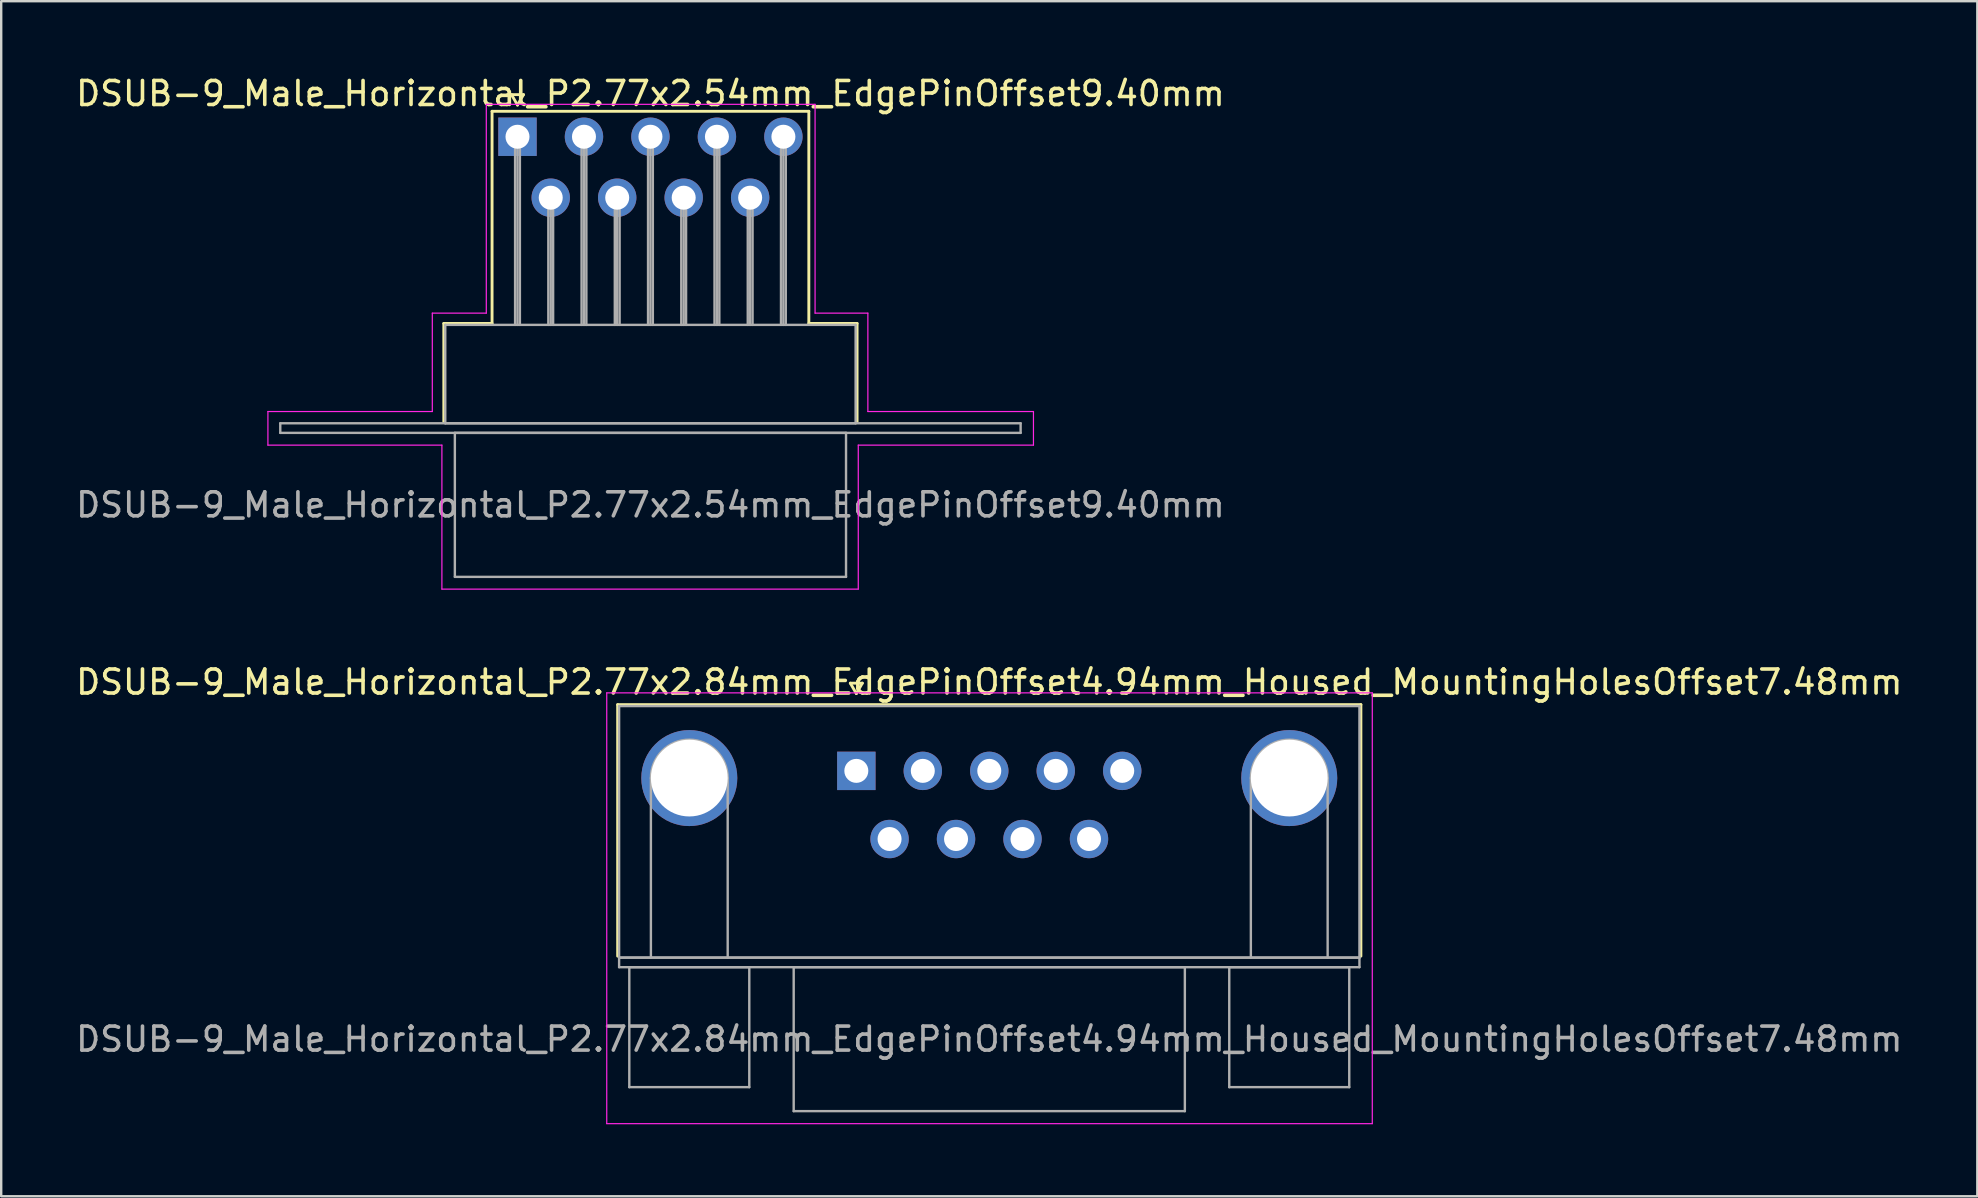
<source format=kicad_pcb>
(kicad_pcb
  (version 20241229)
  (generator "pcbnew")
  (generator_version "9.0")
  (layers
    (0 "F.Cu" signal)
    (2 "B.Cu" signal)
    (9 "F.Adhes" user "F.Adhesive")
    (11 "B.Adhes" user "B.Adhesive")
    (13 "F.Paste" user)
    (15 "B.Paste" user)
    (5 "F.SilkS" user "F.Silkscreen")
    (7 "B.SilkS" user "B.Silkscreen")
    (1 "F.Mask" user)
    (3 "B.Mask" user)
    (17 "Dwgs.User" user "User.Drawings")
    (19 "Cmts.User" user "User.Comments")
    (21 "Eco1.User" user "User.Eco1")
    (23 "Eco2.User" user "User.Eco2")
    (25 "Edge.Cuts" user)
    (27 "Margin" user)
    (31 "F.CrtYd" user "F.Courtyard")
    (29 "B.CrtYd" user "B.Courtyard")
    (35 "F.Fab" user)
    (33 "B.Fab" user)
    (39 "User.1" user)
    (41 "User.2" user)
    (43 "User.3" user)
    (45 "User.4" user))
  (footprint "DSUB-9_Male_Horizontal_P2.77x2.84mm_EdgePinOffset4.94mm_Housed_MountingHolesOffset7.48mm"
    (layer "F.Cu")
    (at 32.633 29.072)
    (property "Reference" "DSUB-9_Male_Horizontal_P2.77x2.84mm_EdgePinOffset4.94mm_Housed_MountingHolesOffset7.48mm" (at 5.54 -3.7 0) (layer "F.SilkS") (effects (font (size 1 1) (thickness 0.15))))
    (attr through_hole)
    (fp_line (start -9.945 -2.76) (end 21.025 -2.76) (stroke (width 0.12) (type solid)) (layer "F.SilkS"))
    (fp_line (start -9.945 7.72) (end -9.945 -2.76) (stroke (width 0.12) (type solid)) (layer "F.SilkS"))
    (fp_line (start -0.25 -3.654) (end 0.25 -3.654) (stroke (width 0.12) (type solid)) (layer "F.SilkS"))
    (fp_line (start 0 -3.221) (end -0.25 -3.654) (stroke (width 0.12) (type solid)) (layer "F.SilkS"))
    (fp_line (start 0.25 -3.654) (end 0 -3.221) (stroke (width 0.12) (type solid)) (layer "F.SilkS"))
    (fp_line (start 21.025 -2.76) (end 21.025 7.72) (stroke (width 0.12) (type solid)) (layer "F.SilkS"))
    (fp_line (start -10.4 -3.25) (end -10.4 14.7) (stroke (width 0.05) (type solid)) (layer "F.CrtYd"))
    (fp_line (start -10.4 14.7) (end 21.5 14.7) (stroke (width 0.05) (type solid)) (layer "F.CrtYd"))
    (fp_line (start 21.5 -3.25) (end -10.4 -3.25) (stroke (width 0.05) (type solid)) (layer "F.CrtYd"))
    (fp_line (start 21.5 14.7) (end 21.5 -3.25) (stroke (width 0.05) (type solid)) (layer "F.CrtYd"))
    (fp_line (start -9.885 -2.7) (end -9.885 7.78) (stroke (width 0.1) (type solid)) (layer "F.Fab"))
    (fp_line (start -9.885 7.78) (end -9.885 8.18) (stroke (width 0.1) (type solid)) (layer "F.Fab"))
    (fp_line (start -9.885 7.78) (end 20.965 7.78) (stroke (width 0.1) (type solid)) (layer "F.Fab"))
    (fp_line (start -9.885 8.18) (end 20.965 8.18) (stroke (width 0.1) (type solid)) (layer "F.Fab"))
    (fp_line (start -9.46 8.18) (end -9.46 13.18) (stroke (width 0.1) (type solid)) (layer "F.Fab"))
    (fp_line (start -9.46 13.18) (end -4.46 13.18) (stroke (width 0.1) (type solid)) (layer "F.Fab"))
    (fp_line (start -8.56 7.78) (end -8.56 0.3) (stroke (width 0.1) (type solid)) (layer "F.Fab"))
    (fp_line (start -5.36 7.78) (end -5.36 0.3) (stroke (width 0.1) (type solid)) (layer "F.Fab"))
    (fp_line (start -4.46 8.18) (end -9.46 8.18) (stroke (width 0.1) (type solid)) (layer "F.Fab"))
    (fp_line (start -4.46 13.18) (end -4.46 8.18) (stroke (width 0.1) (type solid)) (layer "F.Fab"))
    (fp_line (start -2.61 8.18) (end -2.61 14.18) (stroke (width 0.1) (type solid)) (layer "F.Fab"))
    (fp_line (start -2.61 14.18) (end 13.69 14.18) (stroke (width 0.1) (type solid)) (layer "F.Fab"))
    (fp_line (start 13.69 8.18) (end -2.61 8.18) (stroke (width 0.1) (type solid)) (layer "F.Fab"))
    (fp_line (start 13.69 14.18) (end 13.69 8.18) (stroke (width 0.1) (type solid)) (layer "F.Fab"))
    (fp_line (start 15.54 8.18) (end 15.54 13.18) (stroke (width 0.1) (type solid)) (layer "F.Fab"))
    (fp_line (start 15.54 13.18) (end 20.54 13.18) (stroke (width 0.1) (type solid)) (layer "F.Fab"))
    (fp_line (start 16.44 7.78) (end 16.44 0.3) (stroke (width 0.1) (type solid)) (layer "F.Fab"))
    (fp_line (start 19.64 7.78) (end 19.64 0.3) (stroke (width 0.1) (type solid)) (layer "F.Fab"))
    (fp_line (start 20.54 8.18) (end 15.54 8.18) (stroke (width 0.1) (type solid)) (layer "F.Fab"))
    (fp_line (start 20.54 13.18) (end 20.54 8.18) (stroke (width 0.1) (type solid)) (layer "F.Fab"))
    (fp_line (start 20.965 -2.7) (end -9.885 -2.7) (stroke (width 0.1) (type solid)) (layer "F.Fab"))
    (fp_line (start 20.965 7.78) (end -9.885 7.78) (stroke (width 0.1) (type solid)) (layer "F.Fab"))
    (fp_line (start 20.965 7.78) (end 20.965 -2.7) (stroke (width 0.1) (type solid)) (layer "F.Fab"))
    (fp_line (start 20.965 8.18) (end 20.965 7.78) (stroke (width 0.1) (type solid)) (layer "F.Fab"))
    (fp_arc (start -8.56 0.3) (mid -6.96 -1.3) (end -5.36 0.3) (stroke (width 0.1) (type solid)) (layer "F.Fab"))
    (fp_arc (start 16.44 0.3) (mid 18.04 -1.3) (end 19.64 0.3) (stroke (width 0.1) (type solid)) (layer "F.Fab"))
    (fp_text user "${REFERENCE}" (at 5.54 11.18 0) (layer "F.Fab") (effects (font (size 1 1) (thickness 0.15))))
    (pad "0" thru_hole circle (at -6.96 0.3) (size 4 4) (drill 3.2) (layers "*.Cu" "*.Mask"))
    (pad "0" thru_hole circle (at 18.04 0.3) (size 4 4) (drill 3.2) (layers "*.Cu" "*.Mask"))
    (pad "1" thru_hole rect (at 0 0) (size 1.6 1.6) (drill 1) (layers "*.Cu" "*.Mask"))
    (pad "2" thru_hole circle (at 2.77 0) (size 1.6 1.6) (drill 1) (layers "*.Cu" "*.Mask"))
    (pad "3" thru_hole circle (at 5.54 0) (size 1.6 1.6) (drill 1) (layers "*.Cu" "*.Mask"))
    (pad "4" thru_hole circle (at 8.31 0) (size 1.6 1.6) (drill 1) (layers "*.Cu" "*.Mask"))
    (pad "5" thru_hole circle (at 11.08 0) (size 1.6 1.6) (drill 1) (layers "*.Cu" "*.Mask"))
    (pad "6" thru_hole circle (at 1.385 2.84) (size 1.6 1.6) (drill 1) (layers "*.Cu" "*.Mask"))
    (pad "7" thru_hole circle (at 4.155 2.84) (size 1.6 1.6) (drill 1) (layers "*.Cu" "*.Mask"))
    (pad "8" thru_hole circle (at 6.925 2.84) (size 1.6 1.6) (drill 1) (layers "*.Cu" "*.Mask"))
    (pad "9" thru_hole circle (at 9.695 2.84) (size 1.6 1.6) (drill 1) (layers "*.Cu" "*.Mask")))
  (footprint "DSUB-9_Male_Horizontal_P2.77x2.54mm_EdgePinOffset9.40mm"
    (layer "F.Cu")
    (at 18.514 2.648)
    (property "Reference" "DSUB-9_Male_Horizontal_P2.77x2.54mm_EdgePinOffset9.40mm" (at 5.54 -1.8 0) (layer "F.SilkS") (effects (font (size 1 1) (thickness 0.15))))
    (attr through_hole)
    (fp_line (start -3.07 7.78) (end -1.06 7.78) (stroke (width 0.12) (type solid)) (layer "F.SilkS"))
    (fp_line (start -3.07 11.88) (end -3.07 7.78) (stroke (width 0.12) (type solid)) (layer "F.SilkS"))
    (fp_line (start -1.06 -1.06) (end 12.14 -1.06) (stroke (width 0.12) (type solid)) (layer "F.SilkS"))
    (fp_line (start -1.06 7.78) (end -1.06 -1.06) (stroke (width 0.12) (type solid)) (layer "F.SilkS"))
    (fp_line (start -0.25 -1.754) (end 0.25 -1.754) (stroke (width 0.12) (type solid)) (layer "F.SilkS"))
    (fp_line (start 0 -1.321) (end -0.25 -1.754) (stroke (width 0.12) (type solid)) (layer "F.SilkS"))
    (fp_line (start 0.25 -1.754) (end 0 -1.321) (stroke (width 0.12) (type solid)) (layer "F.SilkS"))
    (fp_line (start 12.14 -1.06) (end 12.14 7.78) (stroke (width 0.12) (type solid)) (layer "F.SilkS"))
    (fp_line (start 12.14 7.78) (end 14.15 7.78) (stroke (width 0.12) (type solid)) (layer "F.SilkS"))
    (fp_line (start 14.15 7.78) (end 14.15 11.88) (stroke (width 0.12) (type solid)) (layer "F.SilkS"))
    (fp_line (start -10.4 11.45) (end -3.55 11.45) (stroke (width 0.05) (type solid)) (layer "F.CrtYd"))
    (fp_line (start -10.4 12.85) (end -10.4 11.45) (stroke (width 0.05) (type solid)) (layer "F.CrtYd"))
    (fp_line (start -3.55 7.35) (end -1.3 7.35) (stroke (width 0.05) (type solid)) (layer "F.CrtYd"))
    (fp_line (start -3.55 11.45) (end -3.55 7.35) (stroke (width 0.05) (type solid)) (layer "F.CrtYd"))
    (fp_line (start -3.15 12.85) (end -10.4 12.85) (stroke (width 0.05) (type solid)) (layer "F.CrtYd"))
    (fp_line (start -3.15 18.85) (end -3.15 12.85) (stroke (width 0.05) (type solid)) (layer "F.CrtYd"))
    (fp_line (start -1.3 -1.35) (end 12.4 -1.35) (stroke (width 0.05) (type solid)) (layer "F.CrtYd"))
    (fp_line (start -1.3 7.35) (end -1.3 -1.35) (stroke (width 0.05) (type solid)) (layer "F.CrtYd"))
    (fp_line (start 12.4 -1.35) (end 12.4 7.35) (stroke (width 0.05) (type solid)) (layer "F.CrtYd"))
    (fp_line (start 12.4 7.35) (end 14.6 7.35) (stroke (width 0.05) (type solid)) (layer "F.CrtYd"))
    (fp_line (start 14.2 12.85) (end 14.2 18.85) (stroke (width 0.05) (type solid)) (layer "F.CrtYd"))
    (fp_line (start 14.2 18.85) (end -3.15 18.85) (stroke (width 0.05) (type solid)) (layer "F.CrtYd"))
    (fp_line (start 14.6 7.35) (end 14.6 11.45) (stroke (width 0.05) (type solid)) (layer "F.CrtYd"))
    (fp_line (start 14.6 11.45) (end 21.5 11.45) (stroke (width 0.05) (type solid)) (layer "F.CrtYd"))
    (fp_line (start 21.5 11.45) (end 21.5 12.85) (stroke (width 0.05) (type solid)) (layer "F.CrtYd"))
    (fp_line (start 21.5 12.85) (end 14.2 12.85) (stroke (width 0.05) (type solid)) (layer "F.CrtYd"))
    (fp_line (start -9.885 11.94) (end -9.885 12.34) (stroke (width 0.1) (type solid)) (layer "F.Fab"))
    (fp_line (start -9.885 12.34) (end 20.965 12.34) (stroke (width 0.1) (type solid)) (layer "F.Fab"))
    (fp_line (start -3.01 7.84) (end -3.01 11.94) (stroke (width 0.1) (type solid)) (layer "F.Fab"))
    (fp_line (start -3.01 11.94) (end 14.09 11.94) (stroke (width 0.1) (type solid)) (layer "F.Fab"))
    (fp_line (start -2.61 12.34) (end -2.61 18.34) (stroke (width 0.1) (type solid)) (layer "F.Fab"))
    (fp_line (start -2.61 18.34) (end 13.69 18.34) (stroke (width 0.1) (type solid)) (layer "F.Fab"))
    (fp_line (start -0.1 0) (end -0.1 7.84) (stroke (width 0.1) (type solid)) (layer "F.Fab"))
    (fp_line (start 0 0) (end 0 7.84) (stroke (width 0.1) (type solid)) (layer "F.Fab"))
    (fp_line (start 0.1 0) (end 0.1 7.84) (stroke (width 0.1) (type solid)) (layer "F.Fab"))
    (fp_line (start 1.285 2.54) (end 1.285 7.84) (stroke (width 0.1) (type solid)) (layer "F.Fab"))
    (fp_line (start 1.385 2.54) (end 1.385 7.84) (stroke (width 0.1) (type solid)) (layer "F.Fab"))
    (fp_line (start 1.485 2.54) (end 1.485 7.84) (stroke (width 0.1) (type solid)) (layer "F.Fab"))
    (fp_line (start 2.67 0) (end 2.67 7.84) (stroke (width 0.1) (type solid)) (layer "F.Fab"))
    (fp_line (start 2.77 0) (end 2.77 7.84) (stroke (width 0.1) (type solid)) (layer "F.Fab"))
    (fp_line (start 2.87 0) (end 2.87 7.84) (stroke (width 0.1) (type solid)) (layer "F.Fab"))
    (fp_line (start 4.055 2.54) (end 4.055 7.84) (stroke (width 0.1) (type solid)) (layer "F.Fab"))
    (fp_line (start 4.155 2.54) (end 4.155 7.84) (stroke (width 0.1) (type solid)) (layer "F.Fab"))
    (fp_line (start 4.255 2.54) (end 4.255 7.84) (stroke (width 0.1) (type solid)) (layer "F.Fab"))
    (fp_line (start 5.44 0) (end 5.44 7.84) (stroke (width 0.1) (type solid)) (layer "F.Fab"))
    (fp_line (start 5.54 0) (end 5.54 7.84) (stroke (width 0.1) (type solid)) (layer "F.Fab"))
    (fp_line (start 5.64 0) (end 5.64 7.84) (stroke (width 0.1) (type solid)) (layer "F.Fab"))
    (fp_line (start 6.825 2.54) (end 6.825 7.84) (stroke (width 0.1) (type solid)) (layer "F.Fab"))
    (fp_line (start 6.925 2.54) (end 6.925 7.84) (stroke (width 0.1) (type solid)) (layer "F.Fab"))
    (fp_line (start 7.025 2.54) (end 7.025 7.84) (stroke (width 0.1) (type solid)) (layer "F.Fab"))
    (fp_line (start 8.21 0) (end 8.21 7.84) (stroke (width 0.1) (type solid)) (layer "F.Fab"))
    (fp_line (start 8.31 0) (end 8.31 7.84) (stroke (width 0.1) (type solid)) (layer "F.Fab"))
    (fp_line (start 8.41 0) (end 8.41 7.84) (stroke (width 0.1) (type solid)) (layer "F.Fab"))
    (fp_line (start 9.595 2.54) (end 9.595 7.84) (stroke (width 0.1) (type solid)) (layer "F.Fab"))
    (fp_line (start 9.695 2.54) (end 9.695 7.84) (stroke (width 0.1) (type solid)) (layer "F.Fab"))
    (fp_line (start 9.795 2.54) (end 9.795 7.84) (stroke (width 0.1) (type solid)) (layer "F.Fab"))
    (fp_line (start 10.98 0) (end 10.98 7.84) (stroke (width 0.1) (type solid)) (layer "F.Fab"))
    (fp_line (start 11.08 0) (end 11.08 7.84) (stroke (width 0.1) (type solid)) (layer "F.Fab"))
    (fp_line (start 11.18 0) (end 11.18 7.84) (stroke (width 0.1) (type solid)) (layer "F.Fab"))
    (fp_line (start 13.69 12.34) (end -2.61 12.34) (stroke (width 0.1) (type solid)) (layer "F.Fab"))
    (fp_line (start 13.69 18.34) (end 13.69 12.34) (stroke (width 0.1) (type solid)) (layer "F.Fab"))
    (fp_line (start 14.09 7.84) (end -3.01 7.84) (stroke (width 0.1) (type solid)) (layer "F.Fab"))
    (fp_line (start 14.09 11.94) (end 14.09 7.84) (stroke (width 0.1) (type solid)) (layer "F.Fab"))
    (fp_line (start 20.965 11.94) (end -9.885 11.94) (stroke (width 0.1) (type solid)) (layer "F.Fab"))
    (fp_line (start 20.965 12.34) (end 20.965 11.94) (stroke (width 0.1) (type solid)) (layer "F.Fab"))
    (fp_text user "${REFERENCE}" (at 5.54 15.34 0) (layer "F.Fab") (effects (font (size 1 1) (thickness 0.15))))
    (pad "1" thru_hole rect (at 0 0) (size 1.6 1.6) (drill 1) (layers "*.Cu" "*.Mask"))
    (pad "2" thru_hole circle (at 2.77 0) (size 1.6 1.6) (drill 1) (layers "*.Cu" "*.Mask"))
    (pad "3" thru_hole circle (at 5.54 0) (size 1.6 1.6) (drill 1) (layers "*.Cu" "*.Mask"))
    (pad "4" thru_hole circle (at 8.31 0) (size 1.6 1.6) (drill 1) (layers "*.Cu" "*.Mask"))
    (pad "5" thru_hole circle (at 11.08 0) (size 1.6 1.6) (drill 1) (layers "*.Cu" "*.Mask"))
    (pad "6" thru_hole circle (at 1.385 2.54) (size 1.6 1.6) (drill 1) (layers "*.Cu" "*.Mask"))
    (pad "7" thru_hole circle (at 4.155 2.54) (size 1.6 1.6) (drill 1) (layers "*.Cu" "*.Mask"))
    (pad "8" thru_hole circle (at 6.925 2.54) (size 1.6 1.6) (drill 1) (layers "*.Cu" "*.Mask"))
    (pad "9" thru_hole circle (at 9.695 2.54) (size 1.6 1.6) (drill 1) (layers "*.Cu" "*.Mask")))
  (gr_rect
    (start -3 -3)
    (end 79.345 46.797)
    (stroke (width 0.1) (type default))
    (fill no)
    (layer "Edge.Cuts")))
</source>
